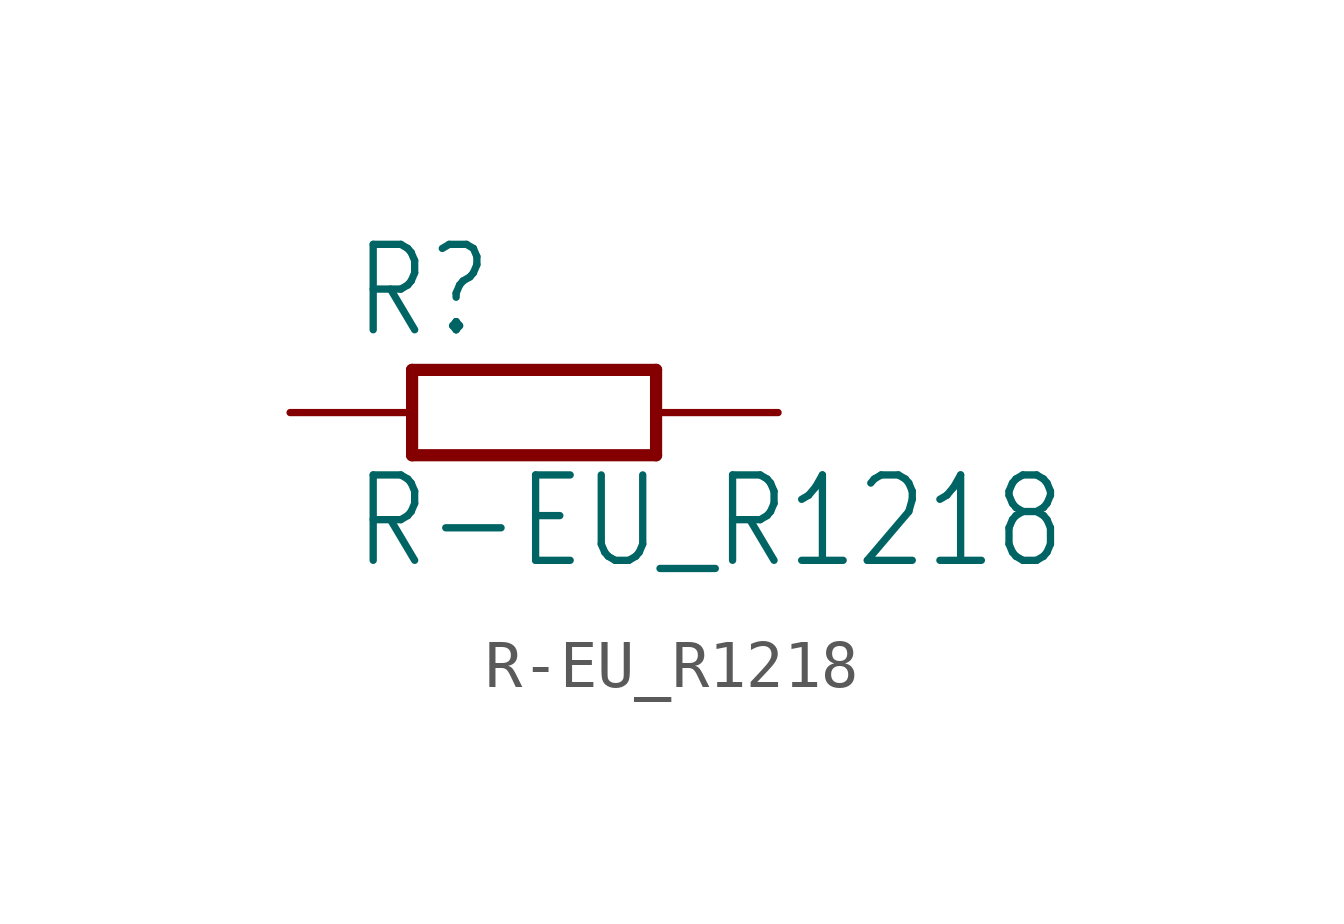
<source format=kicad_sym>
(kicad_symbol_lib
  (version 20211014)
  (generator kicad_symbol_editor)
  (symbol "R-EU_R1218"
    (property "Reference" "R"
      (at -3.81 1.499 0)
      (effects (font (size 1.778 1.511)) (justify left bottom)))
    (property "Value" "R-EU_R1218"
      (at -3.81 -3.302 0)
      (effects (font (size 1.778 1.511)) (justify left bottom)))
    (property "ki_locked" ""
      (at 0 0 0)
      (effects (font (size 1.27 1.27))))
    (symbol "R-EU_R1218_1_0"
      (polyline (pts (xy -2.54 -0.889) (xy -2.54 0.889)) (stroke (width 0.254) (type default) (color 0 0 0 0)) (fill (type none)))
      (polyline (pts (xy -2.54 -0.889) (xy 2.54 -0.889)) (stroke (width 0.254) (type default) (color 0 0 0 0)) (fill (type none)))
      (polyline (pts (xy 2.54 -0.889) (xy 2.54 0.889)) (stroke (width 0.254) (type default) (color 0 0 0 0)) (fill (type none)))
      (polyline (pts (xy 2.54 0.889) (xy -2.54 0.889)) (stroke (width 0.254) (type default) (color 0 0 0 0)) (fill (type none)))
      (pin passive line (at -5.08 0 0) (length 2.54) (name "1" (effects (font (size 0 0)))) (number "1" (effects (font (size 0 0)))))
      (pin passive line (at 5.08 0 180) (length 2.54) (name "2" (effects (font (size 0 0)))) (number "2" (effects (font (size 0 0))))))))
</source>
